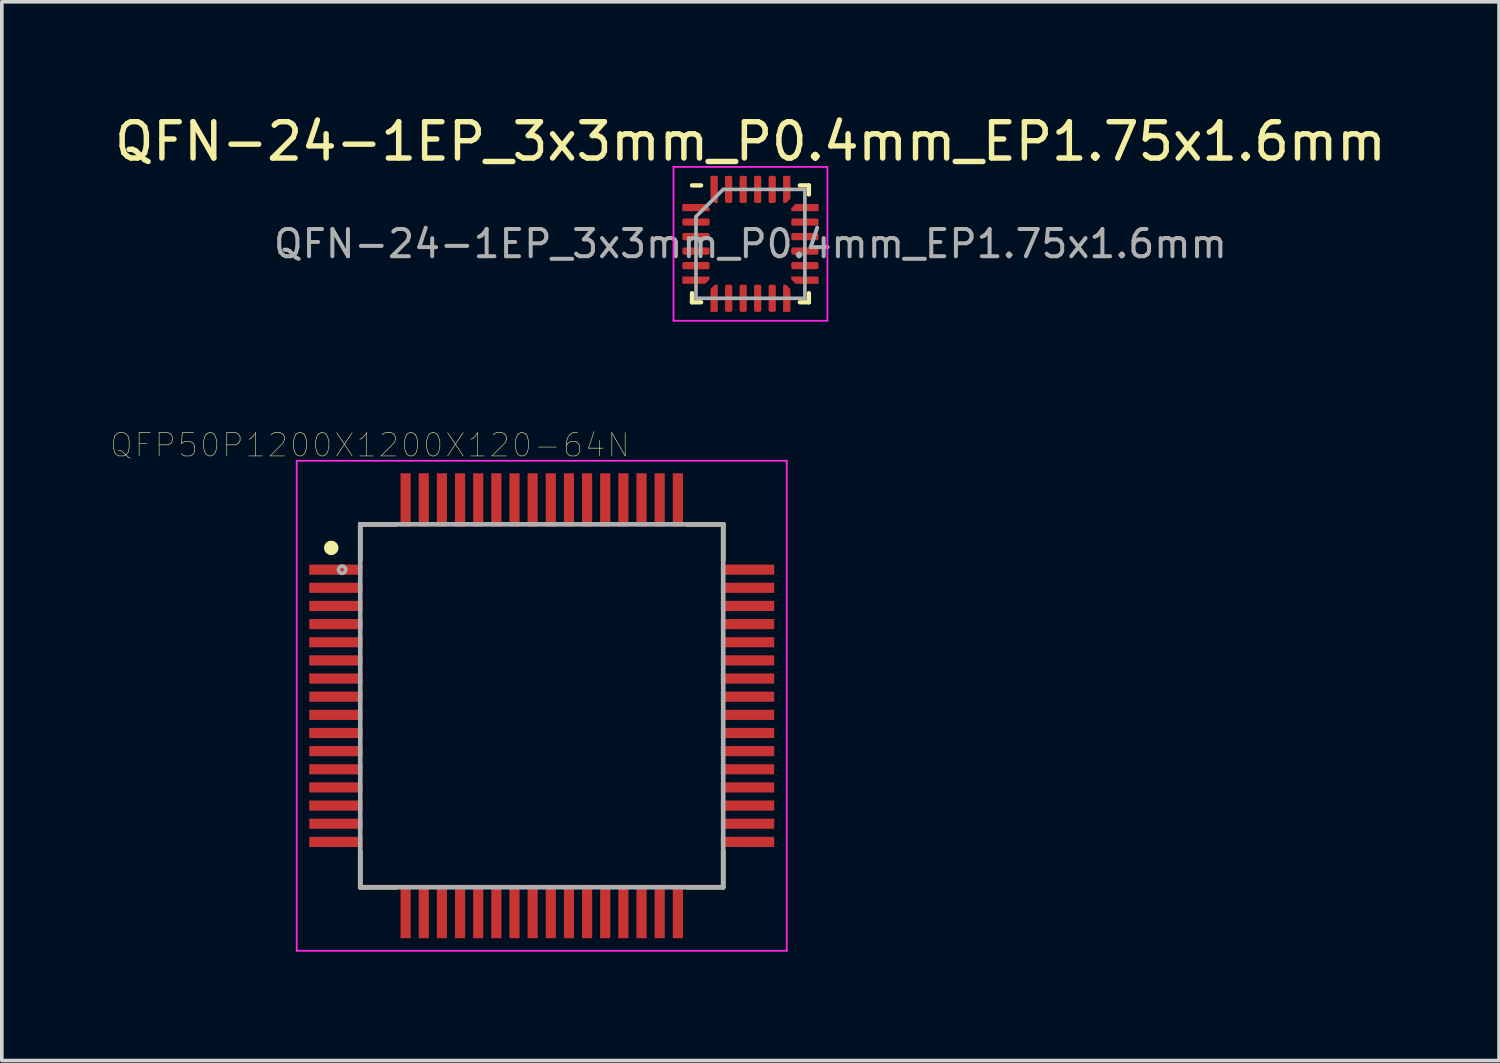
<source format=kicad_pcb>
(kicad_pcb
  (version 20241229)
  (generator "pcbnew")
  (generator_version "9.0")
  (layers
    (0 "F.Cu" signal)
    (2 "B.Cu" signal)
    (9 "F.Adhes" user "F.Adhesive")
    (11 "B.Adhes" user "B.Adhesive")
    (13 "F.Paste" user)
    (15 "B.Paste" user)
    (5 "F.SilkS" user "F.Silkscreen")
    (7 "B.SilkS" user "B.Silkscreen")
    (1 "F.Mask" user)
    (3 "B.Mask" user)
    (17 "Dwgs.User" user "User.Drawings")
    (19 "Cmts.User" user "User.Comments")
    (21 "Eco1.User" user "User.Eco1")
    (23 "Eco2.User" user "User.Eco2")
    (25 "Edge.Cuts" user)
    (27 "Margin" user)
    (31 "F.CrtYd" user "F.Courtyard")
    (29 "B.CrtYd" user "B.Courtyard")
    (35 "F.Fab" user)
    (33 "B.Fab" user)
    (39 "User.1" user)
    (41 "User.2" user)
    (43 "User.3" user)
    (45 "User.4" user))
  (footprint "QFN-24-1EP_3x3mm_P0.4mm_EP1.75x1.6mm"
    (layer "F.Cu")
    (at 17.625 3.668)
    (property "Reference" "QFN-24-1EP_3x3mm_P0.4mm_EP1.75x1.6mm" (at 0 -2.82 0) (layer "F.SilkS") (effects (font (size 1 1) (thickness 0.15))))
    (attr smd)
    (fp_line (start -1.61 1.61) (end -1.61 1.36) (stroke (width 0.12) (type solid)) (layer "F.SilkS"))
    (fp_line (start -1.36 -1.61) (end -1.61 -1.61) (stroke (width 0.12) (type solid)) (layer "F.SilkS"))
    (fp_line (start -1.36 1.61) (end -1.61 1.61) (stroke (width 0.12) (type solid)) (layer "F.SilkS"))
    (fp_line (start 1.36 -1.61) (end 1.61 -1.61) (stroke (width 0.12) (type solid)) (layer "F.SilkS"))
    (fp_line (start 1.36 1.61) (end 1.61 1.61) (stroke (width 0.12) (type solid)) (layer "F.SilkS"))
    (fp_line (start 1.61 -1.61) (end 1.61 -1.36) (stroke (width 0.12) (type solid)) (layer "F.SilkS"))
    (fp_line (start 1.61 1.61) (end 1.61 1.36) (stroke (width 0.12) (type solid)) (layer "F.SilkS"))
    (fp_line (start -2.12 -2.12) (end -2.12 2.12) (stroke (width 0.05) (type solid)) (layer "F.CrtYd"))
    (fp_line (start -2.12 2.12) (end 2.12 2.12) (stroke (width 0.05) (type solid)) (layer "F.CrtYd"))
    (fp_line (start 2.12 -2.12) (end -2.12 -2.12) (stroke (width 0.05) (type solid)) (layer "F.CrtYd"))
    (fp_line (start 2.12 2.12) (end 2.12 -2.12) (stroke (width 0.05) (type solid)) (layer "F.CrtYd"))
    (fp_line (start -1.5 -0.75) (end -0.75 -1.5) (stroke (width 0.1) (type solid)) (layer "F.Fab"))
    (fp_line (start -1.5 1.5) (end -1.5 -0.75) (stroke (width 0.1) (type solid)) (layer "F.Fab"))
    (fp_line (start -0.75 -1.5) (end 1.5 -1.5) (stroke (width 0.1) (type solid)) (layer "F.Fab"))
    (fp_line (start 1.5 -1.5) (end 1.5 1.5) (stroke (width 0.1) (type solid)) (layer "F.Fab"))
    (fp_line (start 1.5 1.5) (end -1.5 1.5) (stroke (width 0.1) (type solid)) (layer "F.Fab"))
    (fp_text user "${REFERENCE}" (at 0 0 0) (layer "F.Fab") (effects (font (size 0.75 0.75) (thickness 0.11))))
    (pad "1" smd custom (at -1.5 -1) (size 0.115 0.115) (layers "F.Cu" "F.Mask" "F.Paste") (options (anchor circle)) (primitives (gr_poly (pts (xy -0.375 -0.1) (xy 0.255 -0.1) (xy 0.375 0.02) (xy 0.375 0.1) (xy -0.375 0.1)) (width 0) (fill yes))))
    (pad "2" smd roundrect (at -1.5 -0.6) (size 0.75 0.2) (layers "F.Cu" "F.Mask" "F.Paste") (roundrect_rratio 0.25))
    (pad "3" smd roundrect (at -1.5 -0.2) (size 0.75 0.2) (layers "F.Cu" "F.Mask" "F.Paste") (roundrect_rratio 0.25))
    (pad "4" smd roundrect (at -1.5 0.2) (size 0.75 0.2) (layers "F.Cu" "F.Mask" "F.Paste") (roundrect_rratio 0.25))
    (pad "5" smd roundrect (at -1.5 0.6) (size 0.75 0.2) (layers "F.Cu" "F.Mask" "F.Paste") (roundrect_rratio 0.25))
    (pad "6" smd custom (at -1.5 1) (size 0.115 0.115) (layers "F.Cu" "F.Mask" "F.Paste") (options (anchor circle)) (primitives (gr_poly (pts (xy -0.375 -0.1) (xy 0.375 -0.1) (xy 0.375 -0.02) (xy 0.255 0.1) (xy -0.375 0.1)) (width 0) (fill yes))))
    (pad "7" smd custom (at -1 1.5) (size 0.115 0.115) (layers "F.Cu" "F.Mask" "F.Paste") (options (anchor circle)) (primitives (gr_poly (pts (xy -0.1 -0.255) (xy 0.02 -0.375) (xy 0.1 -0.375) (xy 0.1 0.375) (xy -0.1 0.375)) (width 0) (fill yes))))
    (pad "8" smd roundrect (at -0.6 1.5) (size 0.2 0.75) (layers "F.Cu" "F.Mask" "F.Paste") (roundrect_rratio 0.25))
    (pad "9" smd roundrect (at -0.2 1.5) (size 0.2 0.75) (layers "F.Cu" "F.Mask" "F.Paste") (roundrect_rratio 0.25))
    (pad "10" smd roundrect (at 0.2 1.5) (size 0.2 0.75) (layers "F.Cu" "F.Mask" "F.Paste") (roundrect_rratio 0.25))
    (pad "11" smd roundrect (at 0.6 1.5) (size 0.2 0.75) (layers "F.Cu" "F.Mask" "F.Paste") (roundrect_rratio 0.25))
    (pad "12" smd custom (at 1 1.5) (size 0.115 0.115) (layers "F.Cu" "F.Mask" "F.Paste") (options (anchor circle)) (primitives (gr_poly (pts (xy -0.1 -0.375) (xy -0.02 -0.375) (xy 0.1 -0.255) (xy 0.1 0.375) (xy -0.1 0.375)) (width 0) (fill yes))))
    (pad "13" smd custom (at 1.5 1) (size 0.115 0.115) (layers "F.Cu" "F.Mask" "F.Paste") (options (anchor circle)) (primitives (gr_poly (pts (xy -0.375 -0.1) (xy 0.375 -0.1) (xy 0.375 0.1) (xy -0.255 0.1) (xy -0.375 -0.02)) (width 0) (fill yes))))
    (pad "14" smd roundrect (at 1.5 0.6) (size 0.75 0.2) (layers "F.Cu" "F.Mask" "F.Paste") (roundrect_rratio 0.25))
    (pad "15" smd roundrect (at 1.5 0.2) (size 0.75 0.2) (layers "F.Cu" "F.Mask" "F.Paste") (roundrect_rratio 0.25))
    (pad "16" smd roundrect (at 1.5 -0.2) (size 0.75 0.2) (layers "F.Cu" "F.Mask" "F.Paste") (roundrect_rratio 0.25))
    (pad "17" smd roundrect (at 1.5 -0.6) (size 0.75 0.2) (layers "F.Cu" "F.Mask" "F.Paste") (roundrect_rratio 0.25))
    (pad "18" smd custom (at 1.5 -1) (size 0.115 0.115) (layers "F.Cu" "F.Mask" "F.Paste") (options (anchor circle)) (primitives (gr_poly (pts (xy -0.375 0.02) (xy -0.255 -0.1) (xy 0.375 -0.1) (xy 0.375 0.1) (xy -0.375 0.1)) (width 0) (fill yes))))
    (pad "19" smd custom (at 1 -1.5) (size 0.115 0.115) (layers "F.Cu" "F.Mask" "F.Paste") (options (anchor circle)) (primitives (gr_poly (pts (xy -0.1 -0.375) (xy 0.1 -0.375) (xy 0.1 0.255) (xy -0.02 0.375) (xy -0.1 0.375)) (width 0) (fill yes))))
    (pad "20" smd roundrect (at 0.6 -1.5) (size 0.2 0.75) (layers "F.Cu" "F.Mask" "F.Paste") (roundrect_rratio 0.25))
    (pad "21" smd roundrect (at 0.2 -1.5) (size 0.2 0.75) (layers "F.Cu" "F.Mask" "F.Paste") (roundrect_rratio 0.25))
    (pad "22" smd roundrect (at -0.2 -1.5) (size 0.2 0.75) (layers "F.Cu" "F.Mask" "F.Paste") (roundrect_rratio 0.25))
    (pad "23" smd roundrect (at -0.6 -1.5) (size 0.2 0.75) (layers "F.Cu" "F.Mask" "F.Paste") (roundrect_rratio 0.25))
    (pad "24" smd custom (at -1 -1.5) (size 0.115 0.115) (layers "F.Cu" "F.Mask" "F.Paste") (options (anchor circle)) (primitives (gr_poly (pts (xy -0.1 -0.375) (xy 0.1 -0.375) (xy 0.1 0.375) (xy 0.02 0.375) (xy -0.1 0.255)) (width 0) (fill yes)))))
  (footprint "QFP50P1200X1200X120-64N"
    (layer "F.Cu")
    (at 11.875 16.394)
    (property "Reference" "QFP50P1200X1200X120-64N" (at -4.733 -7.179 0) (layer "F.SilkS") (effects (font (size 0.642 0.642) (thickness 0.015))))
    (attr through_hole)
    (fp_line (start -5 -5) (end -5 -4) (stroke (width 0.127) (type solid)) (layer "F.SilkS"))
    (fp_line (start -5 4) (end -5 5) (stroke (width 0.127) (type solid)) (layer "F.SilkS"))
    (fp_line (start -5 5) (end -4 5) (stroke (width 0.127) (type solid)) (layer "F.SilkS"))
    (fp_line (start -4 -5) (end -5 -5) (stroke (width 0.127) (type solid)) (layer "F.SilkS"))
    (fp_line (start 4 -5) (end 5 -5) (stroke (width 0.127) (type solid)) (layer "F.SilkS"))
    (fp_line (start 5 -5) (end 5 -4) (stroke (width 0.127) (type solid)) (layer "F.SilkS"))
    (fp_line (start 5 4) (end 5 5) (stroke (width 0.127) (type solid)) (layer "F.SilkS"))
    (fp_line (start 5 5) (end 4 5) (stroke (width 0.127) (type solid)) (layer "F.SilkS"))
    (fp_circle (center -5.8 -4.35) (end -5.7 -4.35) (stroke (width 0.2) (type solid)) (fill no) (layer "F.SilkS"))
    (fp_line (start -6.75 -6.75) (end -6.75 6.75) (stroke (width 0.05) (type solid)) (layer "F.CrtYd"))
    (fp_line (start -6.75 6.75) (end 6.75 6.75) (stroke (width 0.05) (type solid)) (layer "F.CrtYd"))
    (fp_line (start 6.75 -6.75) (end -6.75 -6.75) (stroke (width 0.05) (type solid)) (layer "F.CrtYd"))
    (fp_line (start 6.75 6.75) (end 6.75 -6.75) (stroke (width 0.05) (type solid)) (layer "F.CrtYd"))
    (fp_line (start -5 -5) (end 5 -5) (stroke (width 0.127) (type solid)) (layer "F.Fab"))
    (fp_line (start -5 5) (end -5 -5) (stroke (width 0.127) (type solid)) (layer "F.Fab"))
    (fp_line (start 5 -5) (end 5 5) (stroke (width 0.127) (type solid)) (layer "F.Fab"))
    (fp_line (start 5 5) (end -5 5) (stroke (width 0.127) (type solid)) (layer "F.Fab"))
    (fp_circle (center -5.5 -3.75) (end -5.4 -3.75) (stroke (width 0.1) (type solid)) (fill no) (layer "F.Fab"))
    (pad "1" smd rect (at -5.67 -3.75) (size 1.47 0.28) (layers "F.Cu" "F.Mask" "F.Paste"))
    (pad "2" smd rect (at -5.67 -3.25) (size 1.47 0.28) (layers "F.Cu" "F.Mask" "F.Paste"))
    (pad "3" smd rect (at -5.67 -2.75) (size 1.47 0.28) (layers "F.Cu" "F.Mask" "F.Paste"))
    (pad "4" smd rect (at -5.67 -2.25) (size 1.47 0.28) (layers "F.Cu" "F.Mask" "F.Paste"))
    (pad "5" smd rect (at -5.67 -1.75) (size 1.47 0.28) (layers "F.Cu" "F.Mask" "F.Paste"))
    (pad "6" smd rect (at -5.67 -1.25) (size 1.47 0.28) (layers "F.Cu" "F.Mask" "F.Paste"))
    (pad "7" smd rect (at -5.67 -0.75) (size 1.47 0.28) (layers "F.Cu" "F.Mask" "F.Paste"))
    (pad "8" smd rect (at -5.67 -0.25) (size 1.47 0.28) (layers "F.Cu" "F.Mask" "F.Paste"))
    (pad "9" smd rect (at -5.67 0.25) (size 1.47 0.28) (layers "F.Cu" "F.Mask" "F.Paste"))
    (pad "10" smd rect (at -5.67 0.75) (size 1.47 0.28) (layers "F.Cu" "F.Mask" "F.Paste"))
    (pad "11" smd rect (at -5.67 1.25) (size 1.47 0.28) (layers "F.Cu" "F.Mask" "F.Paste"))
    (pad "12" smd rect (at -5.67 1.75) (size 1.47 0.28) (layers "F.Cu" "F.Mask" "F.Paste"))
    (pad "13" smd rect (at -5.67 2.25) (size 1.47 0.28) (layers "F.Cu" "F.Mask" "F.Paste"))
    (pad "14" smd rect (at -5.67 2.75) (size 1.47 0.28) (layers "F.Cu" "F.Mask" "F.Paste"))
    (pad "15" smd rect (at -5.67 3.25) (size 1.47 0.28) (layers "F.Cu" "F.Mask" "F.Paste"))
    (pad "16" smd rect (at -5.67 3.75) (size 1.47 0.28) (layers "F.Cu" "F.Mask" "F.Paste"))
    (pad "17" smd rect (at -3.75 5.67) (size 0.28 1.47) (layers "F.Cu" "F.Mask" "F.Paste"))
    (pad "18" smd rect (at -3.25 5.67) (size 0.28 1.47) (layers "F.Cu" "F.Mask" "F.Paste"))
    (pad "19" smd rect (at -2.75 5.67) (size 0.28 1.47) (layers "F.Cu" "F.Mask" "F.Paste"))
    (pad "20" smd rect (at -2.25 5.67) (size 0.28 1.47) (layers "F.Cu" "F.Mask" "F.Paste"))
    (pad "21" smd rect (at -1.75 5.67) (size 0.28 1.47) (layers "F.Cu" "F.Mask" "F.Paste"))
    (pad "22" smd rect (at -1.25 5.67) (size 0.28 1.47) (layers "F.Cu" "F.Mask" "F.Paste"))
    (pad "23" smd rect (at -0.75 5.67) (size 0.28 1.47) (layers "F.Cu" "F.Mask" "F.Paste"))
    (pad "24" smd rect (at -0.25 5.67) (size 0.28 1.47) (layers "F.Cu" "F.Mask" "F.Paste"))
    (pad "25" smd rect (at 0.25 5.67) (size 0.28 1.47) (layers "F.Cu" "F.Mask" "F.Paste"))
    (pad "26" smd rect (at 0.75 5.67) (size 0.28 1.47) (layers "F.Cu" "F.Mask" "F.Paste"))
    (pad "27" smd rect (at 1.25 5.67) (size 0.28 1.47) (layers "F.Cu" "F.Mask" "F.Paste"))
    (pad "28" smd rect (at 1.75 5.67) (size 0.28 1.47) (layers "F.Cu" "F.Mask" "F.Paste"))
    (pad "29" smd rect (at 2.25 5.67) (size 0.28 1.47) (layers "F.Cu" "F.Mask" "F.Paste"))
    (pad "30" smd rect (at 2.75 5.67) (size 0.28 1.47) (layers "F.Cu" "F.Mask" "F.Paste"))
    (pad "31" smd rect (at 3.25 5.67) (size 0.28 1.47) (layers "F.Cu" "F.Mask" "F.Paste"))
    (pad "32" smd rect (at 3.75 5.67) (size 0.28 1.47) (layers "F.Cu" "F.Mask" "F.Paste"))
    (pad "33" smd rect (at 5.67 3.75) (size 1.47 0.28) (layers "F.Cu" "F.Mask" "F.Paste"))
    (pad "34" smd rect (at 5.67 3.25) (size 1.47 0.28) (layers "F.Cu" "F.Mask" "F.Paste"))
    (pad "35" smd rect (at 5.67 2.75) (size 1.47 0.28) (layers "F.Cu" "F.Mask" "F.Paste"))
    (pad "36" smd rect (at 5.67 2.25) (size 1.47 0.28) (layers "F.Cu" "F.Mask" "F.Paste"))
    (pad "37" smd rect (at 5.67 1.75) (size 1.47 0.28) (layers "F.Cu" "F.Mask" "F.Paste"))
    (pad "38" smd rect (at 5.67 1.25) (size 1.47 0.28) (layers "F.Cu" "F.Mask" "F.Paste"))
    (pad "39" smd rect (at 5.67 0.75) (size 1.47 0.28) (layers "F.Cu" "F.Mask" "F.Paste"))
    (pad "40" smd rect (at 5.67 0.25) (size 1.47 0.28) (layers "F.Cu" "F.Mask" "F.Paste"))
    (pad "41" smd rect (at 5.67 -0.25) (size 1.47 0.28) (layers "F.Cu" "F.Mask" "F.Paste"))
    (pad "42" smd rect (at 5.67 -0.75) (size 1.47 0.28) (layers "F.Cu" "F.Mask" "F.Paste"))
    (pad "43" smd rect (at 5.67 -1.25) (size 1.47 0.28) (layers "F.Cu" "F.Mask" "F.Paste"))
    (pad "44" smd rect (at 5.67 -1.75) (size 1.47 0.28) (layers "F.Cu" "F.Mask" "F.Paste"))
    (pad "45" smd rect (at 5.67 -2.25) (size 1.47 0.28) (layers "F.Cu" "F.Mask" "F.Paste"))
    (pad "46" smd rect (at 5.67 -2.75) (size 1.47 0.28) (layers "F.Cu" "F.Mask" "F.Paste"))
    (pad "47" smd rect (at 5.67 -3.25) (size 1.47 0.28) (layers "F.Cu" "F.Mask" "F.Paste"))
    (pad "48" smd rect (at 5.67 -3.75) (size 1.47 0.28) (layers "F.Cu" "F.Mask" "F.Paste"))
    (pad "49" smd rect (at 3.75 -5.67) (size 0.28 1.47) (layers "F.Cu" "F.Mask" "F.Paste"))
    (pad "50" smd rect (at 3.25 -5.67) (size 0.28 1.47) (layers "F.Cu" "F.Mask" "F.Paste"))
    (pad "51" smd rect (at 2.75 -5.67) (size 0.28 1.47) (layers "F.Cu" "F.Mask" "F.Paste"))
    (pad "52" smd rect (at 2.25 -5.67) (size 0.28 1.47) (layers "F.Cu" "F.Mask" "F.Paste"))
    (pad "53" smd rect (at 1.75 -5.67) (size 0.28 1.47) (layers "F.Cu" "F.Mask" "F.Paste"))
    (pad "54" smd rect (at 1.25 -5.67) (size 0.28 1.47) (layers "F.Cu" "F.Mask" "F.Paste"))
    (pad "55" smd rect (at 0.75 -5.67) (size 0.28 1.47) (layers "F.Cu" "F.Mask" "F.Paste"))
    (pad "56" smd rect (at 0.25 -5.67) (size 0.28 1.47) (layers "F.Cu" "F.Mask" "F.Paste"))
    (pad "57" smd rect (at -0.25 -5.67) (size 0.28 1.47) (layers "F.Cu" "F.Mask" "F.Paste"))
    (pad "58" smd rect (at -0.75 -5.67) (size 0.28 1.47) (layers "F.Cu" "F.Mask" "F.Paste"))
    (pad "59" smd rect (at -1.25 -5.67) (size 0.28 1.47) (layers "F.Cu" "F.Mask" "F.Paste"))
    (pad "60" smd rect (at -1.75 -5.67) (size 0.28 1.47) (layers "F.Cu" "F.Mask" "F.Paste"))
    (pad "61" smd rect (at -2.25 -5.67) (size 0.28 1.47) (layers "F.Cu" "F.Mask" "F.Paste"))
    (pad "62" smd rect (at -2.75 -5.67) (size 0.28 1.47) (layers "F.Cu" "F.Mask" "F.Paste"))
    (pad "63" smd rect (at -3.25 -5.67) (size 0.28 1.47) (layers "F.Cu" "F.Mask" "F.Paste"))
    (pad "64" smd rect (at -3.75 -5.67) (size 0.28 1.47) (layers "F.Cu" "F.Mask" "F.Paste")))
  (gr_rect
    (start -3 -3)
    (end 38.25 26.169)
    (stroke (width 0.1) (type default))
    (fill no)
    (layer "Edge.Cuts")))
</source>
